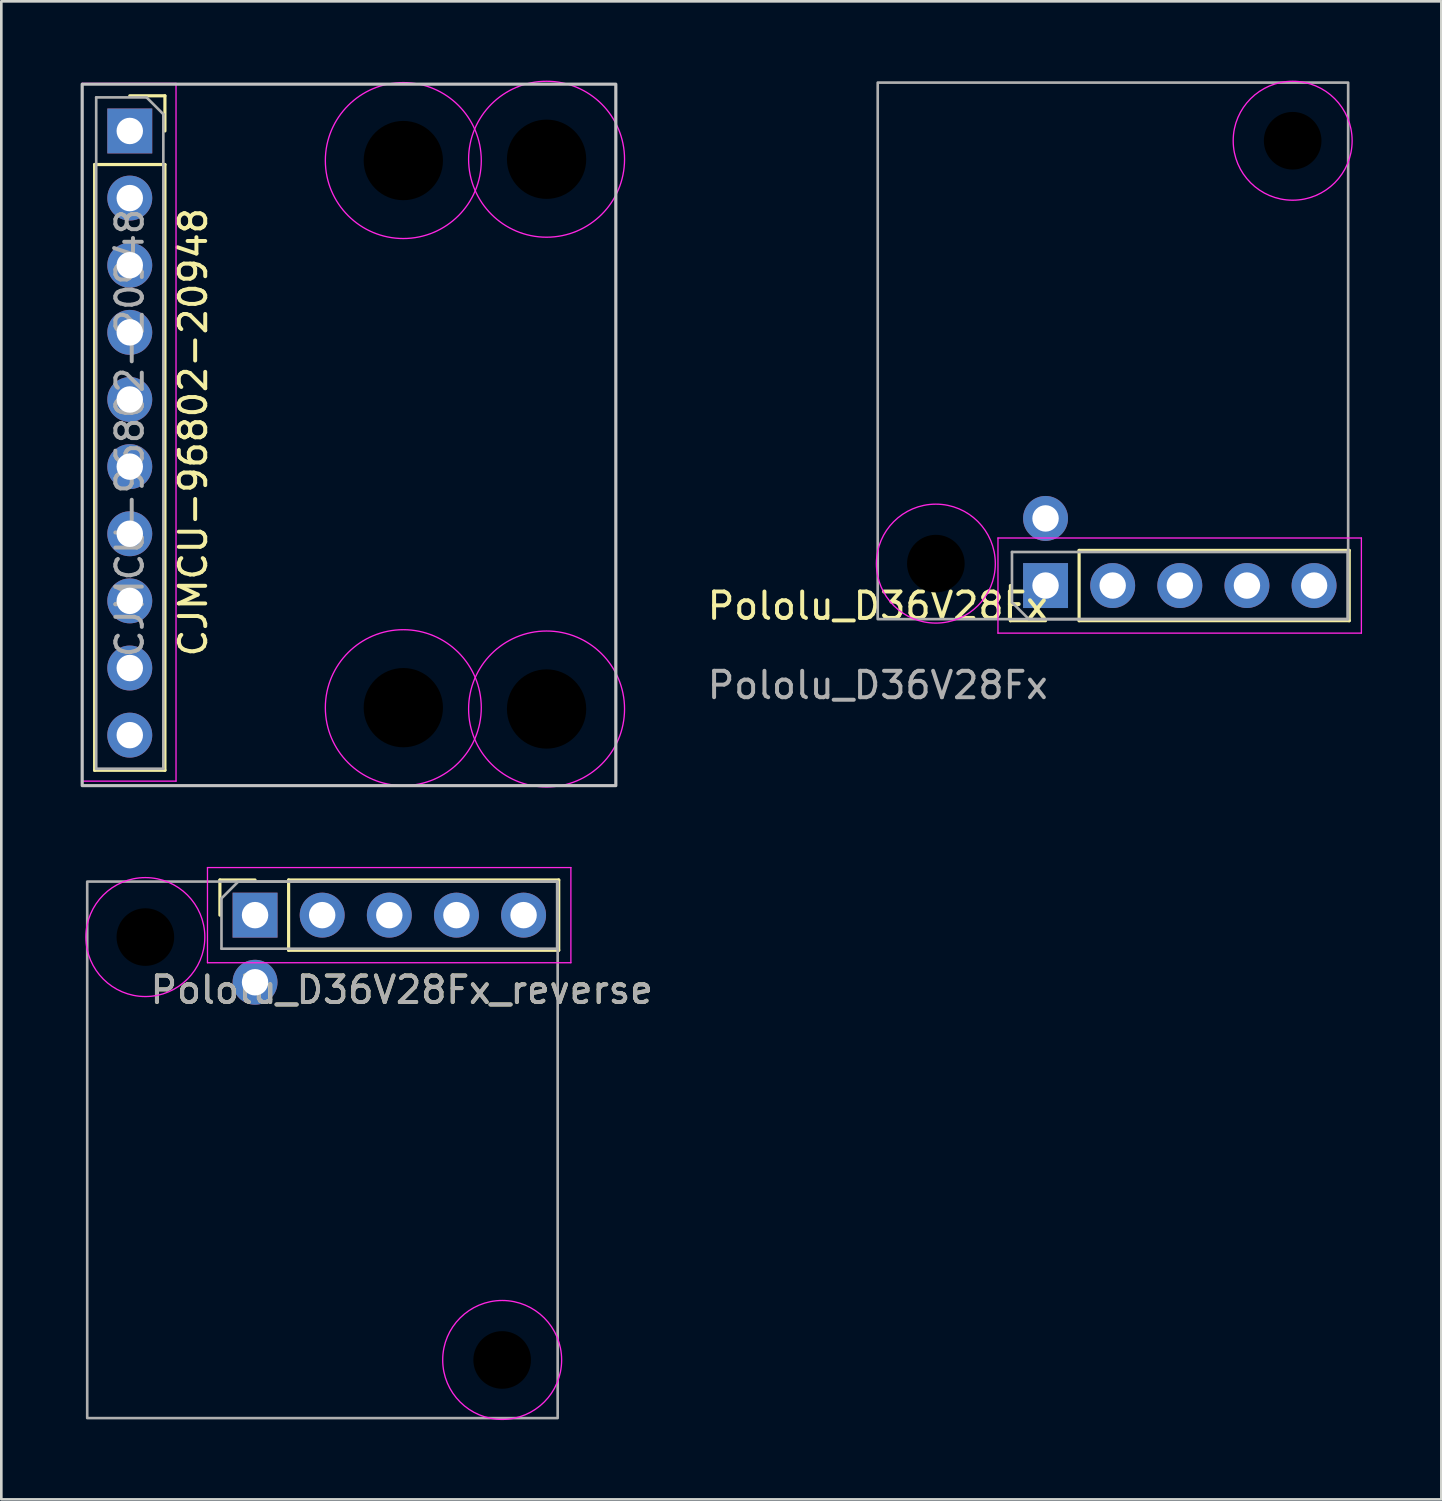
<source format=kicad_pcb>
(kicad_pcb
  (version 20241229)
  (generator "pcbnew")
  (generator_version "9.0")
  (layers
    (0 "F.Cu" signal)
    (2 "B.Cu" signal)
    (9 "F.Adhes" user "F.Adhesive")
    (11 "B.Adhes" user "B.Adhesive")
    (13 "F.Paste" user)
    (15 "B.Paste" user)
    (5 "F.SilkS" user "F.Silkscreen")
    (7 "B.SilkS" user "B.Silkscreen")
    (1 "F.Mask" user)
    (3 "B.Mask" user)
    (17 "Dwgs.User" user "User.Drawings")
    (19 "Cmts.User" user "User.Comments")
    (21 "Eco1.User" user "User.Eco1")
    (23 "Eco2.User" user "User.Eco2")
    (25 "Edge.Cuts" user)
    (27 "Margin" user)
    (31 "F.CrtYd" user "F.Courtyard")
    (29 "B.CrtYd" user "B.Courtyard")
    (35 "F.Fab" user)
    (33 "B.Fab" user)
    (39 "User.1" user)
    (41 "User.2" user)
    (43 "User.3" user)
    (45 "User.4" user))
  (footprint "Pololu_D36V28Fx"
    (layer "F.Cu")
    (at 30.159 20.375)
    (property "Reference" "Pololu_D36V28Fx" (at 0 -0.5 0) (unlocked yes) (layer "F.SilkS") (effects (font (size 1 1) (thickness 0.15))))
    (attr through_hole)
    (fp_line (start 5.02 0.06) (end 5.02 -1.27) (stroke (width 0.12) (type solid)) (layer "F.SilkS"))
    (fp_line (start 6.35 0.06) (end 5.02 0.06) (stroke (width 0.12) (type solid)) (layer "F.SilkS"))
    (fp_line (start 7.62 -2.6) (end 17.84 -2.6) (stroke (width 0.12) (type solid)) (layer "F.SilkS"))
    (fp_line (start 7.62 0.06) (end 7.62 -2.6) (stroke (width 0.12) (type solid)) (layer "F.SilkS"))
    (fp_line (start 7.62 0.06) (end 17.84 0.06) (stroke (width 0.12) (type solid)) (layer "F.SilkS"))
    (fp_line (start 17.84 0.06) (end 17.84 -2.6) (stroke (width 0.12) (type solid)) (layer "F.SilkS"))
    (fp_line (start 4.55 -3.07) (end 4.55 0.53) (stroke (width 0.05) (type solid)) (layer "F.CrtYd"))
    (fp_line (start 4.55 0.53) (end 18.3 0.53) (stroke (width 0.05) (type solid)) (layer "F.CrtYd"))
    (fp_line (start 18.3 -3.07) (end 4.55 -3.07) (stroke (width 0.05) (type solid)) (layer "F.CrtYd"))
    (fp_line (start 18.3 0.53) (end 18.3 -3.07) (stroke (width 0.05) (type solid)) (layer "F.CrtYd"))
    (fp_circle (center 2.2 -2.1) (end 4.45 -2.1) (stroke (width 0.05) (type solid)) (fill no) (layer "F.CrtYd"))
    (fp_circle (center 15.7 -18.1) (end 17.95 -18.1) (stroke (width 0.05) (type solid)) (fill no) (layer "F.CrtYd"))
    (fp_line (start 5.08 -2.54) (end 17.78 -2.54) (stroke (width 0.1) (type solid)) (layer "F.Fab"))
    (fp_line (start 5.08 -0.635) (end 5.08 -2.54) (stroke (width 0.1) (type solid)) (layer "F.Fab"))
    (fp_line (start 5.715 0) (end 5.08 -0.635) (stroke (width 0.1) (type solid)) (layer "F.Fab"))
    (fp_line (start 17.78 -2.54) (end 17.78 0) (stroke (width 0.1) (type solid)) (layer "F.Fab"))
    (fp_line (start 17.78 0) (end 5.715 0) (stroke (width 0.1) (type solid)) (layer "F.Fab"))
    (fp_rect (start 0 0) (end 17.8 -20.3) (stroke (width 0.1) (type solid)) (fill no) (layer "F.Fab"))
    (fp_text user "${REFERENCE}" (at 0 2.5 0) (unlocked yes) (layer "F.Fab") (effects (font (size 1 1) (thickness 0.15))))
    (pad "" np_thru_hole circle (at 2.2 -2.1) (size 2.18 2.18) (drill 2.18) (layers "*.Mask"))
    (pad "" np_thru_hole circle (at 15.7 -18.1) (size 2.18 2.18) (drill 2.18) (layers "*.Mask"))
    (pad "1" thru_hole rect (at 6.35 -1.27 90) (size 1.7 1.7) (drill 1) (layers "*.Cu" "*.Mask"))
    (pad "2" thru_hole oval (at 8.89 -1.27 90) (size 1.7 1.7) (drill 1) (layers "*.Cu" "*.Mask"))
    (pad "3" thru_hole oval (at 11.43 -1.27 90) (size 1.7 1.7) (drill 1) (layers "*.Cu" "*.Mask"))
    (pad "4" thru_hole oval (at 13.97 -1.27 90) (size 1.7 1.7) (drill 1) (layers "*.Cu" "*.Mask"))
    (pad "5" thru_hole oval (at 16.51 -1.27 90) (size 1.7 1.7) (drill 1) (layers "*.Cu" "*.Mask"))
    (pad "6" thru_hole oval (at 6.35 -3.81 90) (size 1.7 1.7) (drill 1) (layers "*.Cu" "*.Mask")))
  (footprint "Pololu_D36V28Fx_reverse"
    (layer "F.Cu")
    (at 0.25 32.805)
    (property "Reference" "Pololu_D36V28Fx_reverse" (at 11.9 1.6 0) (unlocked yes) (layer "F.SilkS") (effects (font (size 1 1) (thickness 0.15))))
    (attr through_hole)
    (fp_line (start 5.02 -2.56) (end 5.02 -1.23) (stroke (width 0.12) (type solid)) (layer "F.SilkS"))
    (fp_line (start 6.35 -2.56) (end 5.02 -2.56) (stroke (width 0.12) (type solid)) (layer "F.SilkS"))
    (fp_line (start 7.62 -2.56) (end 7.62 0.1) (stroke (width 0.12) (type solid)) (layer "F.SilkS"))
    (fp_line (start 7.62 -2.56) (end 17.84 -2.56) (stroke (width 0.12) (type solid)) (layer "F.SilkS"))
    (fp_line (start 7.62 0.1) (end 17.84 0.1) (stroke (width 0.12) (type solid)) (layer "F.SilkS"))
    (fp_line (start 17.84 -2.56) (end 17.84 0.1) (stroke (width 0.12) (type solid)) (layer "F.SilkS"))
    (fp_line (start 4.55 -3.03) (end 18.3 -3.03) (stroke (width 0.05) (type solid)) (layer "F.CrtYd"))
    (fp_line (start 4.55 0.57) (end 4.55 -3.03) (stroke (width 0.05) (type solid)) (layer "F.CrtYd"))
    (fp_line (start 18.3 -3.03) (end 18.3 0.57) (stroke (width 0.05) (type solid)) (layer "F.CrtYd"))
    (fp_line (start 18.3 0.57) (end 4.55 0.57) (stroke (width 0.05) (type solid)) (layer "F.CrtYd"))
    (fp_circle (center 2.2 -0.4) (end 4.45 -0.4) (stroke (width 0.05) (type solid)) (fill no) (layer "F.CrtYd"))
    (fp_circle (center 15.7 15.6) (end 17.95 15.6) (stroke (width 0.05) (type solid)) (fill no) (layer "F.CrtYd"))
    (fp_line (start 5.08 -1.865) (end 5.08 0.04) (stroke (width 0.1) (type solid)) (layer "F.Fab"))
    (fp_line (start 5.08 0.04) (end 17.78 0.04) (stroke (width 0.1) (type solid)) (layer "F.Fab"))
    (fp_line (start 5.715 -2.5) (end 5.08 -1.865) (stroke (width 0.1) (type solid)) (layer "F.Fab"))
    (fp_line (start 17.78 -2.5) (end 5.715 -2.5) (stroke (width 0.1) (type solid)) (layer "F.Fab"))
    (fp_line (start 17.78 0.04) (end 17.78 -2.5) (stroke (width 0.1) (type solid)) (layer "F.Fab"))
    (fp_rect (start 0 -2.5) (end 17.8 17.8) (stroke (width 0.1) (type solid)) (fill no) (layer "F.Fab"))
    (fp_text user "${REFERENCE}" (at 11.9 1.6 0) (unlocked yes) (layer "F.Fab") (effects (font (size 1 1) (thickness 0.15))))
    (pad "" np_thru_hole circle (at 2.2 -0.4 180) (size 2.18 2.18) (drill 2.18) (layers "*.Mask"))
    (pad "" np_thru_hole circle (at 15.7 15.6 180) (size 2.18 2.18) (drill 2.18) (layers "*.Mask"))
    (pad "1" thru_hole rect (at 6.35 -1.23 90) (size 1.7 1.7) (drill 1) (layers "*.Cu" "*.Mask"))
    (pad "2" thru_hole oval (at 8.89 -1.23 90) (size 1.7 1.7) (drill 1) (layers "*.Cu" "*.Mask"))
    (pad "3" thru_hole oval (at 11.43 -1.23 90) (size 1.7 1.7) (drill 1) (layers "*.Cu" "*.Mask"))
    (pad "4" thru_hole oval (at 13.97 -1.23 90) (size 1.7 1.7) (drill 1) (layers "*.Cu" "*.Mask"))
    (pad "5" thru_hole oval (at 16.51 -1.23 90) (size 1.7 1.7) (drill 1) (layers "*.Cu" "*.Mask"))
    (pad "6" thru_hole oval (at 6.35 1.31 90) (size 1.7 1.7) (drill 1) (layers "*.Cu" "*.Mask")))
  (footprint "CJMCU-96802-20948"
    (layer "F.Cu")
    (at 1.86 1.905)
    (property "Reference" "CJMCU-96802-20948" (at 2.4 11.4 90) (layer "F.SilkS") (effects (font (size 1 1) (thickness 0.15))))
    (attr through_hole)
    (fp_line (start -1.33 1.27) (end -1.33 24.19) (stroke (width 0.12) (type solid)) (layer "F.SilkS"))
    (fp_line (start -1.33 1.27) (end 1.33 1.27) (stroke (width 0.12) (type solid)) (layer "F.SilkS"))
    (fp_line (start -1.33 24.19) (end 1.33 24.19) (stroke (width 0.12) (type solid)) (layer "F.SilkS"))
    (fp_line (start 0 -1.33) (end 1.33 -1.33) (stroke (width 0.12) (type solid)) (layer "F.SilkS"))
    (fp_line (start 1.33 -1.33) (end 1.33 0) (stroke (width 0.12) (type solid)) (layer "F.SilkS"))
    (fp_line (start 1.33 1.27) (end 1.33 24.19) (stroke (width 0.12) (type solid)) (layer "F.SilkS"))
    (fp_rect (start -1.8 -1.77) (end 18.39 24.77) (stroke (width 0.12) (type solid)) (fill no) (layer "Dwgs.User"))
    (fp_line (start -1.8 -1.8) (end 1.75 -1.8) (stroke (width 0.05) (type solid)) (layer "F.CrtYd"))
    (fp_line (start -1.8 24.6) (end -1.8 -1.8) (stroke (width 0.05) (type solid)) (layer "F.CrtYd"))
    (fp_line (start 1.75 -1.8) (end 1.75 24.6) (stroke (width 0.05) (type solid)) (layer "F.CrtYd"))
    (fp_line (start 1.75 24.6) (end -1.8 24.6) (stroke (width 0.05) (type solid)) (layer "F.CrtYd"))
    (fp_circle (center 10.35 1.12) (end 13.3 1.12) (stroke (width 0.05) (type solid)) (fill no) (layer "F.CrtYd"))
    (fp_circle (center 10.35 21.82) (end 13.3 21.82) (stroke (width 0.05) (type solid)) (fill no) (layer "F.CrtYd"))
    (fp_circle (center 15.77 1.07) (end 18.72 1.07) (stroke (width 0.05) (type solid)) (fill no) (layer "F.CrtYd"))
    (fp_circle (center 15.77 21.87) (end 18.72 21.87) (stroke (width 0.05) (type solid)) (fill no) (layer "F.CrtYd"))
    (fp_line (start -1.27 -1.27) (end 0.635 -1.27) (stroke (width 0.1) (type solid)) (layer "F.Fab"))
    (fp_line (start -1.27 24.13) (end -1.27 -1.27) (stroke (width 0.1) (type solid)) (layer "F.Fab"))
    (fp_line (start 0.635 -1.27) (end 1.27 -0.635) (stroke (width 0.1) (type solid)) (layer "F.Fab"))
    (fp_line (start 1.27 -0.635) (end 1.27 24.13) (stroke (width 0.1) (type solid)) (layer "F.Fab"))
    (fp_line (start 1.27 24.13) (end -1.27 24.13) (stroke (width 0.1) (type solid)) (layer "F.Fab"))
    (fp_text user "${REFERENCE}" (at 0 11.43 90) (layer "F.Fab") (effects (font (size 1 1) (thickness 0.15))))
    (pad "" np_thru_hole circle (at 10.35 1.12) (size 3 3) (drill 3) (layers "*.Mask"))
    (pad "" np_thru_hole circle (at 10.35 21.82) (size 3 3) (drill 3) (layers "*.Mask"))
    (pad "" np_thru_hole circle (at 15.77 1.07) (size 3 3) (drill 3) (layers "*.Mask"))
    (pad "" np_thru_hole circle (at 15.77 21.87) (size 3 3) (drill 3) (layers "*.Mask"))
    (pad "1" thru_hole rect (at 0 0) (size 1.7 1.7) (drill 1) (layers "*.Cu" "*.Mask"))
    (pad "2" thru_hole oval (at 0 2.54) (size 1.7 1.7) (drill 1) (layers "*.Cu" "*.Mask"))
    (pad "3" thru_hole oval (at 0 5.08) (size 1.7 1.7) (drill 1) (layers "*.Cu" "*.Mask"))
    (pad "4" thru_hole oval (at 0 7.62) (size 1.7 1.7) (drill 1) (layers "*.Cu" "*.Mask"))
    (pad "5" thru_hole oval (at 0 10.16) (size 1.7 1.7) (drill 1) (layers "*.Cu" "*.Mask"))
    (pad "6" thru_hole oval (at 0 12.7) (size 1.7 1.7) (drill 1) (layers "*.Cu" "*.Mask"))
    (pad "7" thru_hole oval (at 0 15.24) (size 1.7 1.7) (drill 1) (layers "*.Cu" "*.Mask"))
    (pad "8" thru_hole oval (at 0 17.78) (size 1.7 1.7) (drill 1) (layers "*.Cu" "*.Mask"))
    (pad "9" thru_hole oval (at 0 20.32) (size 1.7 1.7) (drill 1) (layers "*.Cu" "*.Mask"))
    (pad "10" thru_hole oval (at 0 22.86) (size 1.7 1.7) (drill 1) (layers "*.Cu" "*.Mask")))
  (gr_rect
    (start -3 -3)
    (end 51.484 53.68)
    (stroke (width 0.1) (type default))
    (fill no)
    (layer "Edge.Cuts")))
</source>
